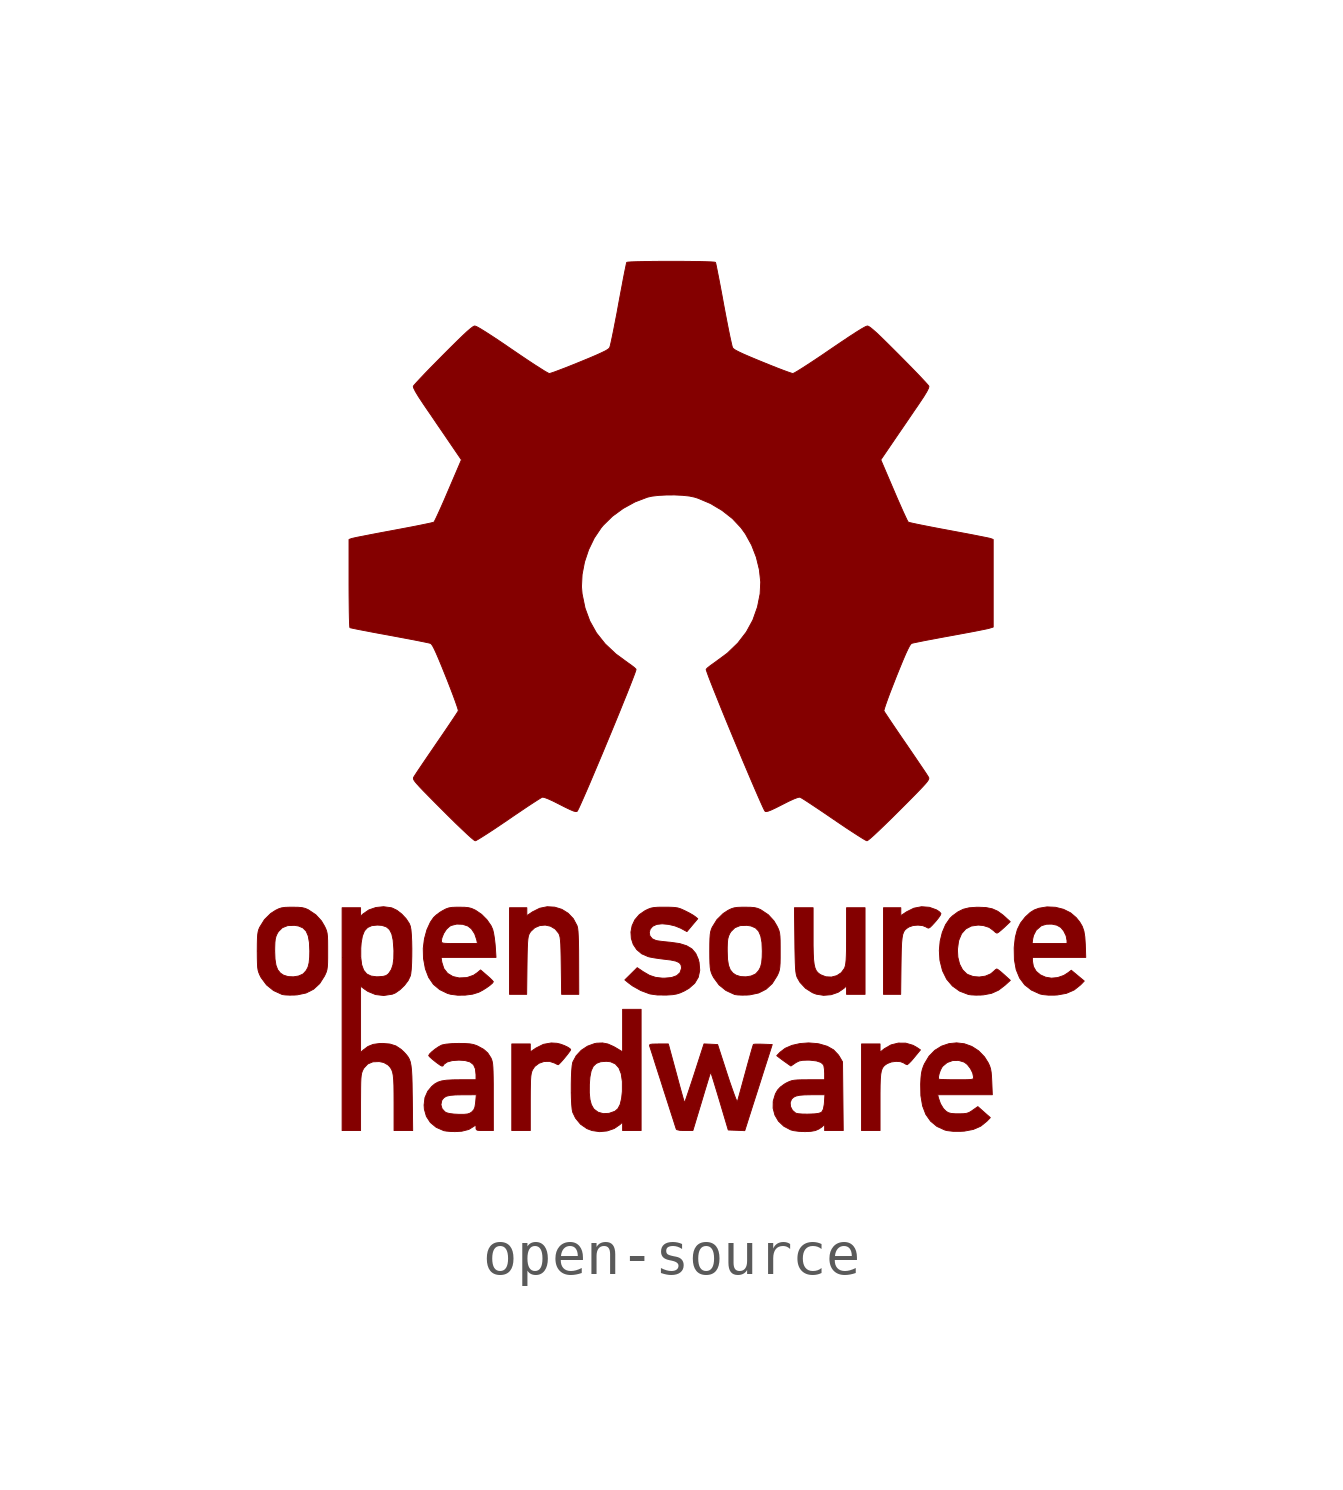
<source format=kicad_sym>
(kicad_symbol_lib
  (version 20231120)
  (generator "kicad_symbol_editor")
  (generator_version "8.0")
  (symbol "open-source"
    (pin_names
      (offset 1.016))
    (property "Reference" "#G"
      (at 0 9.372 0)
      (effects (font (size 1.27 1.27)) (hide yes)))
    (symbol "open-source_0_0"
      (polyline (pts (xy 4.779 -9.266) (xy 4.779 -9.073) (xy 4.781 -8.89) (xy 4.786 -8.748) (xy 4.795 -8.641) (xy 4.81 -8.561) (xy 4.831 -8.504) (xy 4.859 -8.461) (xy 4.897 -8.427) (xy 4.945 -8.395) (xy 4.947 -8.394) (xy 5.038 -8.359) (xy 5.145 -8.345) (xy 5.247 -8.352) (xy 5.322 -8.382) (xy 5.359 -8.406) (xy 5.399 -8.421) (xy 5.405 -8.419) (xy 5.441 -8.389) (xy 5.498 -8.331) (xy 5.564 -8.252) (xy 5.703 -8.083) (xy 5.63 -8.033) (xy 5.534 -7.978) (xy 5.368 -7.929) (xy 5.196 -7.927) (xy 5.029 -7.969) (xy 4.878 -8.056) (xy 4.779 -8.135) (xy 4.779 -8.041) (xy 4.779 -7.947) (xy 4.568 -7.947) (xy 4.356 -7.947) (xy 4.356 -8.938) (xy 4.356 -9.928) (xy 4.568 -9.928) (xy 4.779 -9.928) (xy 4.779 -9.266)) (stroke (width 0.01) (type default)) (fill (type outline)))
      (polyline (pts (xy -3.221 -9.287) (xy -3.221 -9.204) (xy -3.22 -9.017) (xy -3.217 -8.873) (xy -3.214 -8.764) (xy -3.208 -8.684) (xy -3.199 -8.625) (xy -3.187 -8.579) (xy -3.171 -8.54) (xy -3.12 -8.463) (xy -3.023 -8.389) (xy -2.906 -8.348) (xy -2.782 -8.345) (xy -2.667 -8.383) (xy -2.617 -8.409) (xy -2.583 -8.422) (xy -2.568 -8.412) (xy -2.527 -8.371) (xy -2.471 -8.308) (xy -2.41 -8.235) (xy -2.354 -8.164) (xy -2.313 -8.108) (xy -2.297 -8.078) (xy -2.312 -8.056) (xy -2.364 -8.021) (xy -2.441 -7.984) (xy -2.528 -7.952) (xy -2.61 -7.932) (xy -2.741 -7.924) (xy -2.921 -7.956) (xy -3.089 -8.04) (xy -3.221 -8.129) (xy -3.221 -8.038) (xy -3.221 -7.947) (xy -3.433 -7.947) (xy -3.644 -7.947) (xy -3.644 -8.938) (xy -3.644 -9.928) (xy -3.433 -9.928) (xy -3.221 -9.928) (xy -3.221 -9.287)) (stroke (width 0.01) (type default)) (fill (type outline)))
      (polyline (pts (xy 5.259 -6.145) (xy 5.262 -5.956) (xy 5.266 -5.772) (xy 5.273 -5.628) (xy 5.284 -5.52) (xy 5.299 -5.439) (xy 5.322 -5.38) (xy 5.351 -5.337) (xy 5.391 -5.303) (xy 5.44 -5.271) (xy 5.445 -5.269) (xy 5.536 -5.238) (xy 5.646 -5.229) (xy 5.753 -5.24) (xy 5.834 -5.272) (xy 5.862 -5.29) (xy 5.89 -5.297) (xy 5.921 -5.281) (xy 5.967 -5.237) (xy 6.037 -5.16) (xy 6.054 -5.141) (xy 6.116 -5.064) (xy 6.158 -5.002) (xy 6.171 -4.966) (xy 6.167 -4.957) (xy 6.129 -4.918) (xy 6.066 -4.878) (xy 5.906 -4.821) (xy 5.728 -4.808) (xy 5.552 -4.842) (xy 5.387 -4.924) (xy 5.254 -5.013) (xy 5.254 -4.922) (xy 5.254 -4.832) (xy 5.056 -4.832) (xy 4.858 -4.832) (xy 4.858 -5.822) (xy 4.858 -6.812) (xy 5.054 -6.812) (xy 5.251 -6.812) (xy 5.259 -6.145)) (stroke (width 0.01) (type default)) (fill (type outline)))
      (polyline (pts (xy -3.296 -6.159) (xy -3.295 -6.085) (xy -3.292 -5.893) (xy -3.288 -5.745) (xy -3.283 -5.634) (xy -3.276 -5.552) (xy -3.267 -5.494) (xy -3.255 -5.451) (xy -3.24 -5.418) (xy -3.211 -5.374) (xy -3.118 -5.288) (xy -3.004 -5.24) (xy -2.88 -5.228) (xy -2.758 -5.254) (xy -2.651 -5.318) (xy -2.569 -5.418) (xy -2.564 -5.428) (xy -2.55 -5.464) (xy -2.539 -5.511) (xy -2.531 -5.576) (xy -2.524 -5.667) (xy -2.52 -5.789) (xy -2.516 -5.951) (xy -2.513 -6.159) (xy -2.504 -6.812) (xy -2.308 -6.812) (xy -2.112 -6.812) (xy -2.114 -6.079) (xy -2.114 -6.054) (xy -2.115 -5.817) (xy -2.118 -5.628) (xy -2.123 -5.481) (xy -2.129 -5.372) (xy -2.138 -5.296) (xy -2.15 -5.248) (xy -2.153 -5.24) (xy -2.237 -5.082) (xy -2.356 -4.957) (xy -2.5 -4.868) (xy -2.662 -4.818) (xy -2.833 -4.808) (xy -3.005 -4.843) (xy -3.168 -4.924) (xy -3.3 -5.013) (xy -3.3 -4.922) (xy -3.3 -4.832) (xy -3.498 -4.832) (xy -3.696 -4.832) (xy -3.696 -5.822) (xy -3.696 -6.812) (xy -3.501 -6.812) (xy -3.304 -6.812) (xy -3.296 -6.159)) (stroke (width 0.01) (type default)) (fill (type outline)))
      (polyline (pts (xy 3.659 -6.821) (xy 3.819 -6.766) (xy 3.954 -6.674) (xy 4.013 -6.618) (xy 4.013 -6.715) (xy 4.013 -6.812) (xy 4.224 -6.812) (xy 4.436 -6.812) (xy 4.436 -5.822) (xy 4.436 -4.832) (xy 4.224 -4.832) (xy 4.013 -4.832) (xy 4.013 -5.465) (xy 4.013 -5.601) (xy 4.012 -5.782) (xy 4.008 -5.921) (xy 4.003 -6.026) (xy 3.995 -6.103) (xy 3.985 -6.16) (xy 3.971 -6.204) (xy 3.965 -6.218) (xy 3.893 -6.317) (xy 3.79 -6.385) (xy 3.668 -6.417) (xy 3.54 -6.411) (xy 3.418 -6.363) (xy 3.396 -6.348) (xy 3.351 -6.312) (xy 3.317 -6.267) (xy 3.291 -6.207) (xy 3.272 -6.126) (xy 3.259 -6.018) (xy 3.252 -5.876) (xy 3.248 -5.694) (xy 3.248 -5.465) (xy 3.248 -4.832) (xy 3.034 -4.832) (xy 2.821 -4.832) (xy 2.83 -5.578) (xy 2.832 -5.763) (xy 2.836 -5.949) (xy 2.84 -6.093) (xy 2.845 -6.203) (xy 2.852 -6.286) (xy 2.861 -6.346) (xy 2.872 -6.392) (xy 2.886 -6.429) (xy 2.949 -6.539) (xy 3.075 -6.674) (xy 3.234 -6.775) (xy 3.319 -6.808) (xy 3.488 -6.835) (xy 3.659 -6.821)) (stroke (width 0.01) (type default)) (fill (type outline)))
      (polyline (pts (xy 7.076 -6.829) (xy 7.145 -6.824) (xy 7.329 -6.789) (xy 7.489 -6.717) (xy 7.64 -6.601) (xy 7.759 -6.492) (xy 7.615 -6.361) (xy 7.606 -6.353) (xy 7.535 -6.291) (xy 7.479 -6.248) (xy 7.449 -6.231) (xy 7.421 -6.247) (xy 7.377 -6.288) (xy 7.308 -6.345) (xy 7.187 -6.396) (xy 7.049 -6.416) (xy 6.909 -6.405) (xy 6.783 -6.358) (xy 6.758 -6.343) (xy 6.666 -6.25) (xy 6.598 -6.12) (xy 6.559 -5.963) (xy 6.549 -5.789) (xy 6.573 -5.607) (xy 6.581 -5.573) (xy 6.644 -5.424) (xy 6.74 -5.316) (xy 6.867 -5.25) (xy 7.023 -5.228) (xy 7.14 -5.238) (xy 7.276 -5.281) (xy 7.377 -5.356) (xy 7.419 -5.395) (xy 7.454 -5.413) (xy 7.455 -5.412) (xy 7.489 -5.393) (xy 7.547 -5.346) (xy 7.619 -5.282) (xy 7.757 -5.151) (xy 7.639 -5.042) (xy 7.589 -4.998) (xy 7.469 -4.911) (xy 7.345 -4.856) (xy 7.201 -4.827) (xy 7.023 -4.82) (xy 6.979 -4.821) (xy 6.816 -4.833) (xy 6.682 -4.866) (xy 6.561 -4.926) (xy 6.436 -5.018) (xy 6.377 -5.075) (xy 6.278 -5.219) (xy 6.203 -5.396) (xy 6.154 -5.596) (xy 6.135 -5.809) (xy 6.148 -6.026) (xy 6.151 -6.044) (xy 6.208 -6.272) (xy 6.303 -6.465) (xy 6.435 -6.621) (xy 6.6 -6.739) (xy 6.799 -6.815) (xy 6.801 -6.816) (xy 6.868 -6.825) (xy 6.967 -6.83) (xy 7.076 -6.829)) (stroke (width 0.01) (type default)) (fill (type outline)))
      (polyline (pts (xy -1.464 -9.937) (xy -1.303 -9.882) (xy -1.168 -9.789) (xy -1.109 -9.734) (xy -1.109 -9.831) (xy -1.109 -9.928) (xy -0.898 -9.928) (xy -0.686 -9.928) (xy -0.686 -8.541) (xy -0.686 -7.155) (xy -0.898 -7.155) (xy -1.109 -7.155) (xy -1.109 -7.642) (xy -1.109 -8.128) (xy -1.259 -8.038) (xy -1.313 -8.007) (xy -1.446 -7.948) (xy -1.57 -7.924) (xy -1.705 -7.93) (xy -1.751 -7.939) (xy -1.911 -7.997) (xy -2.055 -8.092) (xy -2.171 -8.217) (xy -2.247 -8.36) (xy -2.25 -8.368) (xy -2.264 -8.446) (xy -2.274 -8.562) (xy -2.281 -8.707) (xy -2.284 -8.867) (xy -2.284 -9.032) (xy -2.284 -9.066) (xy -1.871 -9.066) (xy -1.87 -8.872) (xy -1.857 -8.706) (xy -1.829 -8.562) (xy -1.781 -8.458) (xy -1.709 -8.391) (xy -1.611 -8.354) (xy -1.481 -8.344) (xy -1.386 -8.354) (xy -1.276 -8.403) (xy -1.194 -8.494) (xy -1.141 -8.629) (xy -1.115 -8.807) (xy -1.115 -9.03) (xy -1.132 -9.191) (xy -1.165 -9.331) (xy -1.216 -9.428) (xy -1.285 -9.487) (xy -1.419 -9.534) (xy -1.551 -9.541) (xy -1.669 -9.509) (xy -1.761 -9.441) (xy -1.775 -9.424) (xy -1.825 -9.335) (xy -1.856 -9.218) (xy -1.871 -9.066) (xy -2.284 -9.066) (xy -2.281 -9.191) (xy -2.274 -9.331) (xy -2.264 -9.441) (xy -2.25 -9.51) (xy -2.186 -9.643) (xy -2.071 -9.783) (xy -1.925 -9.884) (xy -1.808 -9.928) (xy -1.636 -9.953) (xy -1.464 -9.937)) (stroke (width 0.01) (type default)) (fill (type outline)))
      (polyline (pts (xy 8.833 -6.827) (xy 9.042 -6.789) (xy 9.219 -6.712) (xy 9.366 -6.595) (xy 9.45 -6.508) (xy 9.302 -6.385) (xy 9.153 -6.261) (xy 9.085 -6.314) (xy 8.982 -6.38) (xy 8.841 -6.429) (xy 8.699 -6.442) (xy 8.565 -6.42) (xy 8.446 -6.367) (xy 8.35 -6.286) (xy 8.287 -6.178) (xy 8.264 -6.047) (xy 8.264 -5.967) (xy 8.874 -5.967) (xy 9.484 -5.967) (xy 9.474 -5.67) (xy 9.474 -5.668) (xy 9.463 -5.498) (xy 9.442 -5.367) (xy 9.405 -5.259) (xy 9.348 -5.161) (xy 9.266 -5.058) (xy 9.137 -4.948) (xy 8.974 -4.867) (xy 8.79 -4.821) (xy 8.598 -4.812) (xy 8.411 -4.843) (xy 8.307 -4.882) (xy 8.216 -4.938) (xy 8.12 -5.026) (xy 8.099 -5.046) (xy 7.994 -5.18) (xy 7.92 -5.329) (xy 7.873 -5.506) (xy 7.857 -5.65) (xy 8.257 -5.65) (xy 8.271 -5.544) (xy 8.289 -5.464) (xy 8.351 -5.344) (xy 8.457 -5.252) (xy 8.48 -5.239) (xy 8.588 -5.208) (xy 8.71 -5.206) (xy 8.825 -5.231) (xy 8.914 -5.282) (xy 8.979 -5.36) (xy 9.035 -5.473) (xy 9.056 -5.583) (xy 9.056 -5.65) (xy 8.657 -5.65) (xy 8.257 -5.65) (xy 7.857 -5.65) (xy 7.849 -5.721) (xy 7.847 -5.753) (xy 7.852 -6.019) (xy 7.893 -6.247) (xy 7.972 -6.439) (xy 8.088 -6.595) (xy 8.243 -6.716) (xy 8.436 -6.803) (xy 8.502 -6.818) (xy 8.624 -6.83) (xy 8.768 -6.83) (xy 8.833 -6.827)) (stroke (width 0.01) (type default)) (fill (type outline)))
      (polyline (pts (xy 6.707 -9.941) (xy 6.912 -9.902) (xy 7.083 -9.827) (xy 7.222 -9.715) (xy 7.301 -9.632) (xy 7.158 -9.506) (xy 7.016 -9.38) (xy 6.898 -9.462) (xy 6.878 -9.477) (xy 6.817 -9.514) (xy 6.758 -9.534) (xy 6.683 -9.543) (xy 6.574 -9.545) (xy 6.499 -9.544) (xy 6.407 -9.537) (xy 6.344 -9.52) (xy 6.293 -9.49) (xy 6.229 -9.427) (xy 6.161 -9.315) (xy 6.115 -9.182) (xy 6.098 -9.109) (xy 6.722 -9.109) (xy 7.347 -9.109) (xy 7.335 -8.812) (xy 7.33 -8.71) (xy 7.321 -8.599) (xy 7.307 -8.517) (xy 7.285 -8.448) (xy 7.253 -8.378) (xy 7.168 -8.243) (xy 7.033 -8.104) (xy 6.878 -8.004) (xy 6.708 -7.943) (xy 6.531 -7.922) (xy 6.355 -7.94) (xy 6.186 -7.997) (xy 6.031 -8.093) (xy 5.899 -8.228) (xy 5.795 -8.402) (xy 5.771 -8.458) (xy 5.744 -8.537) (xy 5.726 -8.621) (xy 5.718 -8.699) (xy 6.116 -8.699) (xy 6.131 -8.628) (xy 6.158 -8.551) (xy 6.19 -8.487) (xy 6.214 -8.455) (xy 6.314 -8.372) (xy 6.439 -8.327) (xy 6.574 -8.323) (xy 6.706 -8.363) (xy 6.776 -8.417) (xy 6.846 -8.507) (xy 6.898 -8.61) (xy 6.918 -8.706) (xy 6.917 -8.722) (xy 6.912 -8.74) (xy 6.893 -8.753) (xy 6.852 -8.76) (xy 6.783 -8.764) (xy 6.677 -8.766) (xy 6.526 -8.766) (xy 6.461 -8.766) (xy 6.33 -8.764) (xy 6.223 -8.761) (xy 6.15 -8.757) (xy 6.12 -8.751) (xy 6.116 -8.745) (xy 6.116 -8.699) (xy 5.718 -8.699) (xy 5.715 -8.725) (xy 5.708 -8.867) (xy 5.713 -9.13) (xy 5.752 -9.363) (xy 5.826 -9.558) (xy 5.936 -9.714) (xy 6.081 -9.834) (xy 6.262 -9.916) (xy 6.314 -9.929) (xy 6.447 -9.945) (xy 6.615 -9.946) (xy 6.707 -9.941)) (stroke (width 0.01) (type default)) (fill (type outline)))
      (polyline (pts (xy -4.708 -6.83) (xy -4.54 -6.808) (xy -4.401 -6.765) (xy -4.389 -6.759) (xy -4.306 -6.715) (xy -4.219 -6.66) (xy -4.142 -6.604) (xy -4.087 -6.556) (xy -4.066 -6.524) (xy -4.066 -6.523) (xy -4.089 -6.495) (xy -4.141 -6.443) (xy -4.212 -6.38) (xy -4.358 -6.254) (xy -4.436 -6.319) (xy -4.519 -6.376) (xy -4.671 -6.429) (xy -4.849 -6.437) (xy -4.992 -6.405) (xy -5.113 -6.332) (xy -5.198 -6.223) (xy -5.244 -6.079) (xy -5.261 -5.967) (xy -4.633 -5.967) (xy -4.005 -5.967) (xy -4.022 -5.708) (xy -4.027 -5.653) (xy -4.042 -5.524) (xy -4.061 -5.409) (xy -4.081 -5.327) (xy -4.119 -5.242) (xy -4.213 -5.106) (xy -4.335 -4.983) (xy -4.472 -4.89) (xy -4.492 -4.88) (xy -4.563 -4.848) (xy -4.634 -4.83) (xy -4.722 -4.821) (xy -4.845 -4.819) (xy -4.908 -4.819) (xy -5.009 -4.823) (xy -5.083 -4.835) (xy -5.149 -4.858) (xy -5.223 -4.897) (xy -5.284 -4.933) (xy -5.37 -4.997) (xy -5.432 -5.055) (xy -5.505 -5.16) (xy -5.586 -5.337) (xy -5.641 -5.54) (xy -5.648 -5.591) (xy -5.254 -5.591) (xy -5.244 -5.526) (xy -5.202 -5.42) (xy -5.138 -5.322) (xy -5.064 -5.255) (xy -5.027 -5.236) (xy -4.903 -5.205) (xy -4.769 -5.21) (xy -4.648 -5.25) (xy -4.567 -5.314) (xy -4.493 -5.426) (xy -4.446 -5.565) (xy -4.429 -5.65) (xy -4.842 -5.65) (xy -4.972 -5.65) (xy -5.09 -5.649) (xy -5.17 -5.646) (xy -5.218 -5.64) (xy -5.243 -5.629) (xy -5.253 -5.613) (xy -5.254 -5.591) (xy -5.648 -5.591) (xy -5.669 -5.759) (xy -5.664 -5.978) (xy -5.663 -5.993) (xy -5.62 -6.229) (xy -5.545 -6.425) (xy -5.437 -6.583) (xy -5.293 -6.704) (xy -5.114 -6.791) (xy -5.042 -6.811) (xy -4.882 -6.832) (xy -4.708 -6.83)) (stroke (width 0.01) (type default)) (fill (type outline)))
      (polyline (pts (xy -8.621 -6.829) (xy -8.549 -6.824) (xy -8.348 -6.781) (xy -8.178 -6.695) (xy -8.039 -6.567) (xy -7.929 -6.394) (xy -7.91 -6.354) (xy -7.887 -6.301) (xy -7.872 -6.248) (xy -7.863 -6.184) (xy -7.857 -6.099) (xy -7.855 -5.981) (xy -7.855 -5.822) (xy -7.855 -5.711) (xy -7.856 -5.581) (xy -7.86 -5.486) (xy -7.868 -5.416) (xy -7.881 -5.36) (xy -7.901 -5.308) (xy -7.929 -5.25) (xy -7.998 -5.133) (xy -8.127 -4.992) (xy -8.298 -4.878) (xy -8.307 -4.873) (xy -8.371 -4.846) (xy -8.441 -4.829) (xy -8.532 -4.821) (xy -8.66 -4.819) (xy -8.724 -4.819) (xy -8.83 -4.823) (xy -8.908 -4.834) (xy -8.974 -4.855) (xy -9.046 -4.89) (xy -9.157 -4.961) (xy -9.301 -5.103) (xy -9.41 -5.279) (xy -9.431 -5.328) (xy -9.446 -5.382) (xy -9.456 -5.448) (xy -9.462 -5.537) (xy -9.465 -5.658) (xy -9.466 -5.822) (xy -9.067 -5.822) (xy -9.066 -5.738) (xy -9.062 -5.625) (xy -9.053 -5.544) (xy -9.036 -5.481) (xy -9.01 -5.423) (xy -8.983 -5.378) (xy -8.892 -5.288) (xy -8.77 -5.24) (xy -8.617 -5.234) (xy -8.522 -5.249) (xy -8.421 -5.292) (xy -8.348 -5.366) (xy -8.3 -5.476) (xy -8.273 -5.626) (xy -8.264 -5.822) (xy -8.267 -5.961) (xy -8.28 -6.092) (xy -8.305 -6.191) (xy -8.346 -6.268) (xy -8.406 -6.335) (xy -8.426 -6.351) (xy -8.521 -6.393) (xy -8.639 -6.412) (xy -8.761 -6.406) (xy -8.867 -6.373) (xy -8.937 -6.326) (xy -8.998 -6.251) (xy -9.038 -6.147) (xy -9.06 -6.006) (xy -9.067 -5.822) (xy -9.466 -5.822) (xy -9.465 -5.979) (xy -9.462 -6.102) (xy -9.457 -6.192) (xy -9.447 -6.259) (xy -9.431 -6.313) (xy -9.41 -6.365) (xy -9.377 -6.43) (xy -9.253 -6.597) (xy -9.093 -6.726) (xy -8.898 -6.815) (xy -8.891 -6.817) (xy -8.826 -6.826) (xy -8.73 -6.83) (xy -8.621 -6.829)) (stroke (width 0.01) (type default)) (fill (type outline)))
      (polyline (pts (xy -0.088 -6.828) (xy 0.034 -6.82) (xy 0.126 -6.804) (xy 0.209 -6.778) (xy 0.303 -6.735) (xy 0.41 -6.673) (xy 0.54 -6.558) (xy 0.622 -6.42) (xy 0.655 -6.262) (xy 0.64 -6.083) (xy 0.621 -6.009) (xy 0.563 -5.876) (xy 0.476 -5.774) (xy 0.355 -5.701) (xy 0.195 -5.651) (xy -0.01 -5.622) (xy -0.083 -5.615) (xy -0.198 -5.603) (xy -0.289 -5.591) (xy -0.343 -5.582) (xy -0.43 -5.543) (xy -0.484 -5.478) (xy -0.5 -5.401) (xy -0.479 -5.322) (xy -0.422 -5.255) (xy -0.329 -5.212) (xy -0.328 -5.212) (xy -0.205 -5.199) (xy -0.059 -5.212) (xy 0.089 -5.247) (xy 0.218 -5.299) (xy 0.362 -5.377) (xy 0.485 -5.23) (xy 0.609 -5.083) (xy 0.549 -5.033) (xy 0.496 -4.997) (xy 0.412 -4.949) (xy 0.317 -4.901) (xy 0.296 -4.891) (xy 0.22 -4.857) (xy 0.153 -4.836) (xy 0.08 -4.825) (xy -0.015 -4.82) (xy -0.147 -4.819) (xy -0.186 -4.819) (xy -0.306 -4.82) (xy -0.393 -4.827) (xy -0.46 -4.84) (xy -0.522 -4.863) (xy -0.595 -4.898) (xy -0.727 -4.989) (xy -0.829 -5.108) (xy -0.892 -5.243) (xy -0.919 -5.388) (xy -0.91 -5.532) (xy -0.866 -5.669) (xy -0.785 -5.79) (xy -0.671 -5.886) (xy -0.523 -5.95) (xy -0.491 -5.958) (xy -0.385 -5.978) (xy -0.256 -5.997) (xy -0.126 -6.013) (xy -0.009 -6.027) (xy 0.108 -6.052) (xy 0.184 -6.086) (xy 0.225 -6.134) (xy 0.238 -6.197) (xy 0.237 -6.219) (xy 0.205 -6.315) (xy 0.129 -6.385) (xy 0.01 -6.428) (xy -0.151 -6.442) (xy -0.197 -6.442) (xy -0.355 -6.424) (xy -0.494 -6.378) (xy -0.637 -6.295) (xy -0.775 -6.202) (xy -0.916 -6.342) (xy -1.058 -6.482) (xy -0.971 -6.553) (xy -0.881 -6.62) (xy -0.694 -6.725) (xy -0.499 -6.798) (xy -0.478 -6.804) (xy -0.317 -6.827) (xy -0.112 -6.829) (xy -0.088 -6.828)) (stroke (width 0.01) (type default)) (fill (type outline)))
      (polyline (pts (xy 1.729 -6.829) (xy 1.801 -6.824) (xy 2.002 -6.781) (xy 2.172 -6.695) (xy 2.312 -6.567) (xy 2.421 -6.394) (xy 2.441 -6.354) (xy 2.463 -6.301) (xy 2.478 -6.248) (xy 2.487 -6.184) (xy 2.493 -6.099) (xy 2.495 -5.981) (xy 2.495 -5.822) (xy 2.495 -5.711) (xy 2.494 -5.581) (xy 2.49 -5.486) (xy 2.482 -5.416) (xy 2.469 -5.36) (xy 2.449 -5.308) (xy 2.421 -5.25) (xy 2.352 -5.133) (xy 2.223 -4.992) (xy 2.052 -4.878) (xy 2.043 -4.873) (xy 1.979 -4.846) (xy 1.909 -4.829) (xy 1.818 -4.821) (xy 1.69 -4.819) (xy 1.626 -4.819) (xy 1.52 -4.823) (xy 1.442 -4.834) (xy 1.376 -4.855) (xy 1.304 -4.89) (xy 1.194 -4.961) (xy 1.049 -5.103) (xy 0.94 -5.279) (xy 0.92 -5.328) (xy 0.904 -5.382) (xy 0.894 -5.448) (xy 0.888 -5.537) (xy 0.885 -5.658) (xy 0.884 -5.822) (xy 1.284 -5.822) (xy 1.284 -5.738) (xy 1.288 -5.625) (xy 1.297 -5.544) (xy 1.314 -5.481) (xy 1.34 -5.423) (xy 1.367 -5.378) (xy 1.459 -5.288) (xy 1.58 -5.24) (xy 1.733 -5.234) (xy 1.828 -5.249) (xy 1.929 -5.292) (xy 2.002 -5.366) (xy 2.05 -5.476) (xy 2.078 -5.626) (xy 2.086 -5.822) (xy 2.083 -5.961) (xy 2.071 -6.092) (xy 2.045 -6.191) (xy 2.004 -6.268) (xy 1.944 -6.335) (xy 1.924 -6.351) (xy 1.829 -6.393) (xy 1.711 -6.412) (xy 1.589 -6.406) (xy 1.484 -6.373) (xy 1.413 -6.326) (xy 1.352 -6.251) (xy 1.312 -6.147) (xy 1.29 -6.006) (xy 1.284 -5.822) (xy 0.884 -5.822) (xy 0.885 -5.979) (xy 0.888 -6.102) (xy 0.894 -6.192) (xy 0.904 -6.259) (xy 0.919 -6.313) (xy 0.94 -6.365) (xy 0.974 -6.43) (xy 1.097 -6.597) (xy 1.257 -6.726) (xy 1.452 -6.815) (xy 1.459 -6.817) (xy 1.524 -6.826) (xy 1.62 -6.83) (xy 1.729 -6.829)) (stroke (width 0.01) (type default)) (fill (type outline)))
      (polyline (pts (xy 3.195 -9.946) (xy 3.298 -9.928) (xy 3.379 -9.893) (xy 3.45 -9.845) (xy 3.512 -9.786) (xy 3.512 -9.857) (xy 3.512 -9.928) (xy 3.724 -9.928) (xy 3.937 -9.928) (xy 3.929 -9.142) (xy 3.921 -8.357) (xy 3.848 -8.232) (xy 3.824 -8.196) (xy 3.716 -8.082) (xy 3.571 -8) (xy 3.385 -7.946) (xy 3.345 -7.939) (xy 3.144 -7.923) (xy 2.948 -7.938) (xy 2.766 -7.979) (xy 2.61 -8.046) (xy 2.492 -8.136) (xy 2.416 -8.215) (xy 2.482 -8.266) (xy 2.495 -8.276) (xy 2.566 -8.329) (xy 2.644 -8.384) (xy 2.74 -8.452) (xy 2.839 -8.384) (xy 2.864 -8.368) (xy 2.93 -8.336) (xy 3.007 -8.321) (xy 3.115 -8.317) (xy 3.175 -8.318) (xy 3.323 -8.335) (xy 3.428 -8.37) (xy 3.486 -8.424) (xy 3.495 -8.453) (xy 3.507 -8.528) (xy 3.512 -8.619) (xy 3.512 -8.766) (xy 3.147 -8.766) (xy 3.143 -8.766) (xy 2.996 -8.767) (xy 2.89 -8.77) (xy 2.813 -8.777) (xy 2.753 -8.789) (xy 2.699 -8.809) (xy 2.638 -8.838) (xy 2.593 -8.864) (xy 2.5 -8.932) (xy 2.436 -9.001) (xy 2.386 -9.089) (xy 2.336 -9.253) (xy 2.335 -9.291) (xy 2.723 -9.291) (xy 2.753 -9.213) (xy 2.756 -9.209) (xy 2.799 -9.167) (xy 2.856 -9.139) (xy 2.937 -9.121) (xy 3.052 -9.112) (xy 3.209 -9.109) (xy 3.518 -9.109) (xy 3.507 -9.281) (xy 3.503 -9.328) (xy 3.483 -9.437) (xy 3.45 -9.499) (xy 3.423 -9.518) (xy 3.37 -9.535) (xy 3.286 -9.546) (xy 3.161 -9.551) (xy 3.11 -9.552) (xy 3 -9.55) (xy 2.912 -9.543) (xy 2.861 -9.533) (xy 2.846 -9.526) (xy 2.775 -9.465) (xy 2.732 -9.381) (xy 2.723 -9.291) (xy 2.335 -9.291) (xy 2.333 -9.417) (xy 2.374 -9.574) (xy 2.456 -9.714) (xy 2.578 -9.829) (xy 2.735 -9.912) (xy 2.802 -9.93) (xy 2.925 -9.946) (xy 3.063 -9.952) (xy 3.195 -9.946)) (stroke (width 0.01) (type default)) (fill (type outline)))
      (polyline (pts (xy 1.792 -9.592) (xy 1.812 -9.531) (xy 1.858 -9.385) (xy 1.915 -9.207) (xy 1.978 -9.011) (xy 2.043 -8.807) (xy 2.106 -8.607) (xy 2.313 -7.961) (xy 2.104 -7.953) (xy 2.077 -7.952) (xy 1.982 -7.951) (xy 1.913 -7.952) (xy 1.883 -7.957) (xy 1.876 -7.974) (xy 1.857 -8.036) (xy 1.828 -8.136) (xy 1.791 -8.268) (xy 1.747 -8.425) (xy 1.7 -8.598) (xy 1.664 -8.729) (xy 1.619 -8.894) (xy 1.58 -9.037) (xy 1.548 -9.153) (xy 1.526 -9.232) (xy 1.515 -9.268) (xy 1.515 -9.268) (xy 1.503 -9.252) (xy 1.477 -9.193) (xy 1.44 -9.095) (xy 1.394 -8.965) (xy 1.34 -8.81) (xy 1.282 -8.634) (xy 1.064 -7.961) (xy 0.908 -7.953) (xy 0.752 -7.946) (xy 0.533 -8.623) (xy 0.531 -8.63) (xy 0.473 -8.807) (xy 0.42 -8.966) (xy 0.375 -9.1) (xy 0.34 -9.203) (xy 0.316 -9.269) (xy 0.306 -9.29) (xy 0.298 -9.267) (xy 0.278 -9.198) (xy 0.248 -9.092) (xy 0.21 -8.955) (xy 0.166 -8.793) (xy 0.118 -8.614) (xy -0.063 -7.947) (xy -0.284 -7.947) (xy -0.343 -7.948) (xy -0.429 -7.95) (xy -0.475 -7.957) (xy -0.493 -7.971) (xy -0.491 -7.994) (xy -0.465 -8.075) (xy -0.415 -8.229) (xy -0.36 -8.405) (xy -0.299 -8.595) (xy -0.235 -8.793) (xy -0.172 -8.993) (xy -0.109 -9.188) (xy -0.05 -9.372) (xy 0.003 -9.538) (xy 0.049 -9.68) (xy 0.084 -9.791) (xy 0.108 -9.865) (xy 0.118 -9.895) (xy 0.132 -9.908) (xy 0.198 -9.923) (xy 0.314 -9.928) (xy 0.498 -9.928) (xy 0.564 -9.71) (xy 0.581 -9.653) (xy 0.619 -9.528) (xy 0.665 -9.376) (xy 0.715 -9.21) (xy 0.764 -9.045) (xy 0.803 -8.918) (xy 0.842 -8.789) (xy 0.874 -8.686) (xy 0.896 -8.617) (xy 0.905 -8.591) (xy 0.913 -8.612) (xy 0.935 -8.677) (xy 0.967 -8.78) (xy 1.008 -8.914) (xy 1.056 -9.072) (xy 1.109 -9.249) (xy 1.307 -9.915) (xy 1.496 -9.922) (xy 1.685 -9.93) (xy 1.792 -9.592)) (stroke (width 0.01) (type default)) (fill (type outline)))
      (polyline (pts (xy -4.788 -9.943) (xy -4.628 -9.903) (xy -4.509 -9.83) (xy -4.483 -9.808) (xy -4.465 -9.81) (xy -4.462 -9.858) (xy -4.462 -9.885) (xy -4.452 -9.909) (xy -4.424 -9.922) (xy -4.365 -9.927) (xy -4.264 -9.928) (xy -4.066 -9.928) (xy -4.067 -9.155) (xy -4.067 -9.083) (xy -4.067 -8.872) (xy -4.069 -8.705) (xy -4.072 -8.576) (xy -4.076 -8.479) (xy -4.082 -8.407) (xy -4.091 -8.354) (xy -4.102 -8.313) (xy -4.116 -8.277) (xy -4.125 -8.26) (xy -4.194 -8.153) (xy -4.289 -8.069) (xy -4.423 -7.996) (xy -4.455 -7.982) (xy -4.525 -7.959) (xy -4.603 -7.945) (xy -4.705 -7.938) (xy -4.845 -7.935) (xy -4.86 -7.935) (xy -5.022 -7.94) (xy -5.151 -7.952) (xy -5.238 -7.97) (xy -5.251 -7.975) (xy -5.321 -8.013) (xy -5.399 -8.066) (xy -5.471 -8.124) (xy -5.524 -8.176) (xy -5.545 -8.213) (xy -5.544 -8.215) (xy -5.519 -8.245) (xy -5.463 -8.295) (xy -5.388 -8.356) (xy -5.348 -8.386) (xy -5.282 -8.433) (xy -5.243 -8.453) (xy -5.22 -8.45) (xy -5.203 -8.426) (xy -5.192 -8.409) (xy -5.12 -8.359) (xy -5.006 -8.328) (xy -4.854 -8.317) (xy -4.714 -8.326) (xy -4.597 -8.359) (xy -4.519 -8.421) (xy -4.476 -8.517) (xy -4.462 -8.649) (xy -4.462 -8.766) (xy -4.833 -8.766) (xy -4.996 -8.768) (xy -5.139 -8.776) (xy -5.249 -8.793) (xy -5.335 -8.821) (xy -5.407 -8.862) (xy -5.475 -8.919) (xy -5.566 -9.029) (xy -5.63 -9.175) (xy -5.649 -9.337) (xy -5.265 -9.337) (xy -5.247 -9.245) (xy -5.234 -9.22) (xy -5.194 -9.174) (xy -5.137 -9.142) (xy -5.053 -9.123) (xy -4.933 -9.113) (xy -4.769 -9.11) (xy -4.455 -9.109) (xy -4.47 -9.274) (xy -4.473 -9.305) (xy -4.488 -9.394) (xy -4.513 -9.453) (xy -4.554 -9.498) (xy -4.559 -9.503) (xy -4.602 -9.531) (xy -4.653 -9.548) (xy -4.727 -9.556) (xy -4.84 -9.557) (xy -4.851 -9.557) (xy -4.968 -9.551) (xy -5.071 -9.538) (xy -5.138 -9.52) (xy -5.175 -9.499) (xy -5.239 -9.428) (xy -5.265 -9.337) (xy -5.649 -9.337) (xy -5.65 -9.347) (xy -5.644 -9.439) (xy -5.597 -9.604) (xy -5.506 -9.744) (xy -5.373 -9.854) (xy -5.202 -9.929) (xy -5.201 -9.93) (xy -5.141 -9.94) (xy -5.049 -9.948) (xy -4.943 -9.952) (xy -4.788 -9.943)) (stroke (width 0.01) (type default)) (fill (type outline)))
      (polyline (pts (xy -7.103 -9.289) (xy -7.102 -9.129) (xy -7.101 -8.963) (xy -7.099 -8.835) (xy -7.095 -8.741) (xy -7.088 -8.671) (xy -7.079 -8.619) (xy -7.066 -8.578) (xy -7.049 -8.539) (xy -7.026 -8.498) (xy -6.939 -8.405) (xy -6.822 -8.356) (xy -6.676 -8.35) (xy -6.573 -8.371) (xy -6.478 -8.425) (xy -6.46 -8.442) (xy -6.422 -8.484) (xy -6.393 -8.531) (xy -6.371 -8.589) (xy -6.356 -8.665) (xy -6.346 -8.767) (xy -6.34 -8.901) (xy -6.338 -9.074) (xy -6.337 -9.293) (xy -6.337 -9.928) (xy -6.124 -9.928) (xy -5.911 -9.928) (xy -5.919 -9.182) (xy -5.921 -9.074) (xy -5.924 -8.858) (xy -5.929 -8.684) (xy -5.937 -8.548) (xy -5.949 -8.442) (xy -5.965 -8.36) (xy -5.988 -8.295) (xy -6.019 -8.24) (xy -6.058 -8.19) (xy -6.107 -8.136) (xy -6.174 -8.073) (xy -6.295 -7.992) (xy -6.432 -7.949) (xy -6.601 -7.935) (xy -6.67 -7.937) (xy -6.815 -7.957) (xy -6.934 -8.005) (xy -7.043 -8.087) (xy -7.103 -8.141) (xy -7.103 -7.383) (xy -7.103 -6.625) (xy -7.015 -6.691) (xy -6.936 -6.745) (xy -6.761 -6.817) (xy -6.574 -6.839) (xy -6.377 -6.809) (xy -6.305 -6.779) (xy -6.199 -6.704) (xy -6.097 -6.605) (xy -6.014 -6.495) (xy -5.965 -6.39) (xy -5.955 -6.345) (xy -5.943 -6.238) (xy -5.935 -6.098) (xy -5.931 -5.939) (xy -5.93 -5.77) (xy -5.933 -5.605) (xy -5.94 -5.456) (xy -5.95 -5.335) (xy -5.965 -5.254) (xy -5.989 -5.193) (xy -6.062 -5.082) (xy -6.161 -4.976) (xy -6.272 -4.89) (xy -6.38 -4.838) (xy -6.404 -4.831) (xy -6.578 -4.808) (xy -6.752 -4.826) (xy -6.912 -4.881) (xy -7.043 -4.97) (xy -7.103 -5.026) (xy -7.103 -4.929) (xy -7.103 -4.832) (xy -7.314 -4.832) (xy -7.525 -4.832) (xy -7.525 -5.971) (xy -7.098 -5.971) (xy -7.098 -5.759) (xy -7.089 -5.636) (xy -7.061 -5.477) (xy -7.014 -5.361) (xy -6.943 -5.284) (xy -6.846 -5.241) (xy -6.72 -5.228) (xy -6.616 -5.235) (xy -6.514 -5.268) (xy -6.44 -5.331) (xy -6.389 -5.43) (xy -6.358 -5.57) (xy -6.343 -5.756) (xy -6.34 -5.818) (xy -6.343 -5.997) (xy -6.362 -6.136) (xy -6.398 -6.244) (xy -6.453 -6.328) (xy -6.477 -6.354) (xy -6.522 -6.384) (xy -6.585 -6.401) (xy -6.683 -6.409) (xy -6.736 -6.411) (xy -6.863 -6.394) (xy -6.962 -6.346) (xy -7.032 -6.261) (xy -7.077 -6.137) (xy -7.098 -5.971) (xy -7.525 -5.971) (xy -7.525 -7.38) (xy -7.525 -9.928) (xy -7.314 -9.928) (xy -7.103 -9.928) (xy -7.103 -9.289)) (stroke (width 0.01) (type default)) (fill (type outline)))
      (polyline (pts (xy 4.498 -3.291) (xy 4.553 -3.248) (xy 4.639 -3.172) (xy 4.752 -3.066) (xy 4.889 -2.934) (xy 5.048 -2.779) (xy 5.224 -2.604) (xy 5.239 -2.589) (xy 5.416 -2.412) (xy 5.559 -2.267) (xy 5.671 -2.152) (xy 5.756 -2.063) (xy 5.818 -1.995) (xy 5.859 -1.945) (xy 5.883 -1.908) (xy 5.894 -1.882) (xy 5.894 -1.862) (xy 5.887 -1.845) (xy 5.877 -1.829) (xy 5.84 -1.77) (xy 5.778 -1.677) (xy 5.696 -1.556) (xy 5.598 -1.411) (xy 5.487 -1.248) (xy 5.368 -1.074) (xy 5.297 -0.971) (xy 5.184 -0.805) (xy 5.083 -0.656) (xy 4.997 -0.528) (xy 4.93 -0.427) (xy 4.885 -0.359) (xy 4.867 -0.329) (xy 4.867 -0.322) (xy 4.88 -0.272) (xy 4.909 -0.183) (xy 4.953 -0.059) (xy 5.009 0.092) (xy 5.076 0.264) (xy 5.149 0.451) (xy 5.229 0.649) (xy 5.305 0.834) (xy 5.366 0.976) (xy 5.415 1.081) (xy 5.452 1.153) (xy 5.481 1.197) (xy 5.502 1.215) (xy 5.514 1.219) (xy 5.576 1.233) (xy 5.679 1.254) (xy 5.817 1.282) (xy 5.984 1.313) (xy 6.173 1.349) (xy 6.376 1.386) (xy 6.469 1.403) (xy 6.669 1.44) (xy 6.853 1.474) (xy 7.013 1.505) (xy 7.142 1.531) (xy 7.234 1.55) (xy 7.281 1.562) (xy 7.367 1.588) (xy 7.367 2.59) (xy 7.367 3.592) (xy 7.307 3.614) (xy 7.28 3.621) (xy 7.205 3.637) (xy 7.089 3.66) (xy 6.939 3.69) (xy 6.762 3.724) (xy 6.563 3.761) (xy 6.35 3.801) (xy 6.178 3.833) (xy 5.979 3.871) (xy 5.801 3.906) (xy 5.651 3.936) (xy 5.533 3.961) (xy 5.456 3.979) (xy 5.424 3.989) (xy 5.422 3.992) (xy 5.4 4.031) (xy 5.362 4.111) (xy 5.309 4.225) (xy 5.246 4.368) (xy 5.173 4.533) (xy 5.096 4.713) (xy 4.796 5.414) (xy 5.106 5.869) (xy 5.198 6.004) (xy 5.323 6.186) (xy 5.449 6.371) (xy 5.566 6.543) (xy 5.665 6.687) (xy 5.676 6.704) (xy 5.78 6.86) (xy 5.85 6.976) (xy 5.889 7.055) (xy 5.897 7.096) (xy 5.879 7.12) (xy 5.827 7.179) (xy 5.746 7.266) (xy 5.641 7.377) (xy 5.514 7.508) (xy 5.372 7.653) (xy 5.218 7.809) (xy 5.096 7.931) (xy 4.933 8.093) (xy 4.8 8.223) (xy 4.696 8.322) (xy 4.615 8.393) (xy 4.556 8.441) (xy 4.515 8.467) (xy 4.489 8.475) (xy 4.487 8.475) (xy 4.441 8.457) (xy 4.355 8.409) (xy 4.229 8.331) (xy 4.066 8.225) (xy 3.866 8.091) (xy 3.63 7.931) (xy 3.452 7.809) (xy 3.28 7.694) (xy 3.126 7.593) (xy 2.994 7.508) (xy 2.89 7.443) (xy 2.819 7.402) (xy 2.785 7.387) (xy 2.752 7.396) (xy 2.675 7.422) (xy 2.563 7.463) (xy 2.422 7.517) (xy 2.261 7.581) (xy 2.086 7.652) (xy 1.993 7.69) (xy 1.804 7.769) (xy 1.658 7.832) (xy 1.549 7.883) (xy 1.474 7.922) (xy 1.428 7.953) (xy 1.406 7.978) (xy 1.395 8.012) (xy 1.376 8.094) (xy 1.349 8.215) (xy 1.317 8.37) (xy 1.281 8.552) (xy 1.242 8.755) (xy 1.201 8.973) (xy 1.164 9.177) (xy 1.126 9.378) (xy 1.092 9.556) (xy 1.062 9.707) (xy 1.039 9.823) (xy 1.023 9.9) (xy 1.015 9.93) (xy 0.987 9.936) (xy 0.914 9.941) (xy 0.801 9.945) (xy 0.657 9.949) (xy 0.488 9.951) (xy 0.301 9.953) (xy 0.104 9.954) (xy -0.098 9.954) (xy -0.295 9.953) (xy -0.483 9.951) (xy -0.652 9.948) (xy -0.798 9.945) (xy -0.911 9.941) (xy -0.986 9.936) (xy -1.015 9.93) (xy -1.023 9.902) (xy -1.038 9.828) (xy -1.062 9.713) (xy -1.091 9.565) (xy -1.124 9.388) (xy -1.162 9.188) (xy -1.202 8.973) (xy -1.238 8.774) (xy -1.278 8.57) (xy -1.314 8.385) (xy -1.346 8.228) (xy -1.373 8.103) (xy -1.393 8.018) (xy -1.406 7.978) (xy -1.412 7.969) (xy -1.444 7.942) (xy -1.501 7.907) (xy -1.59 7.864) (xy -1.713 7.808) (xy -1.877 7.738) (xy -2.086 7.652) (xy -2.249 7.586) (xy -2.412 7.521) (xy -2.554 7.467) (xy -2.668 7.424) (xy -2.748 7.397) (xy -2.786 7.387) (xy -2.817 7.401) (xy -2.888 7.441) (xy -2.991 7.506) (xy -3.123 7.59) (xy -3.276 7.691) (xy -3.447 7.806) (xy -3.631 7.931) (xy -3.65 7.944) (xy -3.883 8.103) (xy -4.08 8.234) (xy -4.241 8.338) (xy -4.364 8.414) (xy -4.447 8.46) (xy -4.489 8.475) (xy -4.504 8.472) (xy -4.539 8.453) (xy -4.591 8.413) (xy -4.664 8.351) (xy -4.759 8.262) (xy -4.881 8.144) (xy -5.033 7.994) (xy -5.218 7.809) (xy -5.357 7.668) (xy -5.501 7.522) (xy -5.629 7.39) (xy -5.737 7.276) (xy -5.82 7.187) (xy -5.875 7.125) (xy -5.897 7.097) (xy -5.889 7.058) (xy -5.849 6.977) (xy -5.776 6.856) (xy -5.669 6.694) (xy -5.588 6.575) (xy -5.474 6.409) (xy -5.351 6.227) (xy -5.226 6.045) (xy -5.111 5.876) (xy -4.796 5.414) (xy -5.096 4.713) (xy -5.113 4.674) (xy -5.189 4.496) (xy -5.26 4.335) (xy -5.322 4.198) (xy -5.372 4.09) (xy -5.407 4.019) (xy -5.424 3.989) (xy -5.446 3.982) (xy -5.515 3.965) (xy -5.625 3.942) (xy -5.77 3.912) (xy -5.943 3.878) (xy -6.138 3.841) (xy -6.35 3.801) (xy -6.517 3.77) (xy -6.72 3.732) (xy -6.902 3.697) (xy -7.059 3.666) (xy -7.183 3.642) (xy -7.268 3.623) (xy -7.307 3.614) (xy -7.367 3.592) (xy -7.367 2.59) (xy -7.367 2.555) (xy -7.366 2.333) (xy -7.364 2.128) (xy -7.362 1.946) (xy -7.359 1.795) (xy -7.355 1.678) (xy -7.351 1.603) (xy -7.346 1.575) (xy -7.328 1.57) (xy -7.262 1.556) (xy -7.156 1.534) (xy -7.014 1.507) (xy -6.844 1.474) (xy -6.651 1.438) (xy -6.442 1.4) (xy -6.287 1.371) (xy -6.085 1.333) (xy -5.904 1.299) (xy -5.748 1.268) (xy -5.625 1.243) (xy -5.541 1.225) (xy -5.502 1.215) (xy -5.484 1.2) (xy -5.456 1.16) (xy -5.42 1.092) (xy -5.373 0.991) (xy -5.314 0.854) (xy -5.24 0.675) (xy -5.15 0.451) (xy -5.122 0.382) (xy -5.051 0.199) (xy -4.988 0.034) (xy -4.936 -0.108) (xy -4.897 -0.22) (xy -4.873 -0.295) (xy -4.867 -0.329) (xy -4.875 -0.342) (xy -4.909 -0.395) (xy -4.967 -0.483) (xy -5.046 -0.601) (xy -5.141 -0.742) (xy -5.25 -0.902) (xy -5.368 -1.074) (xy -5.436 -1.174) (xy -5.551 -1.342) (xy -5.655 -1.495) (xy -5.745 -1.628) (xy -5.816 -1.734) (xy -5.864 -1.808) (xy -5.887 -1.845) (xy -5.888 -1.846) (xy -5.894 -1.864) (xy -5.893 -1.884) (xy -5.882 -1.911) (xy -5.857 -1.948) (xy -5.814 -1.999) (xy -5.751 -2.069) (xy -5.664 -2.16) (xy -5.549 -2.277) (xy -5.404 -2.424) (xy -5.224 -2.604) (xy -5.099 -2.729) (xy -4.935 -2.891) (xy -4.79 -3.03) (xy -4.67 -3.143) (xy -4.575 -3.229) (xy -4.511 -3.282) (xy -4.481 -3.3) (xy -4.464 -3.295) (xy -4.407 -3.263) (xy -4.315 -3.206) (xy -4.194 -3.129) (xy -4.05 -3.035) (xy -3.888 -2.926) (xy -3.714 -2.808) (xy -3.604 -2.732) (xy -3.436 -2.619) (xy -3.285 -2.517) (xy -3.154 -2.431) (xy -3.05 -2.364) (xy -2.979 -2.32) (xy -2.945 -2.302) (xy -2.901 -2.308) (xy -2.815 -2.34) (xy -2.694 -2.395) (xy -2.544 -2.471) (xy -2.422 -2.533) (xy -2.309 -2.587) (xy -2.231 -2.62) (xy -2.18 -2.632) (xy -2.151 -2.627) (xy -2.142 -2.615) (xy -2.113 -2.558) (xy -2.068 -2.46) (xy -2.009 -2.327) (xy -1.937 -2.163) (xy -1.855 -1.973) (xy -1.766 -1.762) (xy -1.67 -1.535) (xy -1.57 -1.298) (xy -1.469 -1.054) (xy -1.367 -0.809) (xy -1.268 -0.569) (xy -1.173 -0.337) (xy -1.085 -0.118) (xy -1.004 0.081) (xy -0.935 0.256) (xy -0.878 0.403) (xy -0.835 0.516) (xy -0.809 0.591) (xy -0.802 0.622) (xy -0.805 0.627) (xy -0.843 0.664) (xy -0.91 0.716) (xy -0.995 0.776) (xy -1.265 0.974) (xy -1.51 1.205) (xy -1.708 1.454) (xy -1.86 1.726) (xy -1.969 2.023) (xy -2.036 2.347) (xy -2.05 2.511) (xy -2.036 2.791) (xy -1.981 3.077) (xy -1.887 3.358) (xy -1.759 3.623) (xy -1.599 3.861) (xy -1.551 3.918) (xy -1.343 4.122) (xy -1.098 4.301) (xy -0.827 4.45) (xy -0.541 4.559) (xy -0.44 4.582) (xy -0.286 4.6) (xy -0.107 4.609) (xy 0.08 4.61) (xy 0.26 4.602) (xy 0.419 4.585) (xy 0.541 4.559) (xy 0.618 4.534) (xy 0.901 4.414) (xy 1.166 4.256) (xy 1.403 4.07) (xy 1.599 3.861) (xy 1.701 3.719) (xy 1.842 3.463) (xy 1.949 3.187) (xy 2.019 2.901) (xy 2.05 2.618) (xy 2.036 2.347) (xy 1.976 2.047) (xy 1.87 1.748) (xy 1.721 1.475) (xy 1.527 1.223) (xy 1.286 0.991) (xy 0.995 0.776) (xy 0.972 0.76) (xy 0.89 0.701) (xy 0.829 0.652) (xy 0.802 0.622) (xy 0.804 0.608) (xy 0.824 0.549) (xy 0.86 0.449) (xy 0.912 0.314) (xy 0.977 0.149) (xy 1.054 -0.042) (xy 1.139 -0.254) (xy 1.232 -0.482) (xy 1.33 -0.72) (xy 1.431 -0.964) (xy 1.533 -1.208) (xy 1.633 -1.449) (xy 1.731 -1.68) (xy 1.823 -1.897) (xy 1.908 -2.095) (xy 1.984 -2.27) (xy 2.048 -2.415) (xy 2.098 -2.526) (xy 2.133 -2.599) (xy 2.151 -2.627) (xy 2.173 -2.632) (xy 2.219 -2.623) (xy 2.292 -2.595) (xy 2.398 -2.545) (xy 2.544 -2.471) (xy 2.692 -2.396) (xy 2.813 -2.341) (xy 2.899 -2.309) (xy 2.945 -2.302) (xy 2.962 -2.31) (xy 3.02 -2.344) (xy 3.112 -2.403) (xy 3.233 -2.483) (xy 3.377 -2.579) (xy 3.54 -2.689) (xy 3.714 -2.808) (xy 3.826 -2.884) (xy 3.993 -2.997) (xy 4.144 -3.096) (xy 4.274 -3.18) (xy 4.377 -3.245) (xy 4.447 -3.286) (xy 4.48 -3.3) (xy 4.498 -3.291)) (stroke (width 0.01) (type default)) (fill (type outline))))))
</source>
